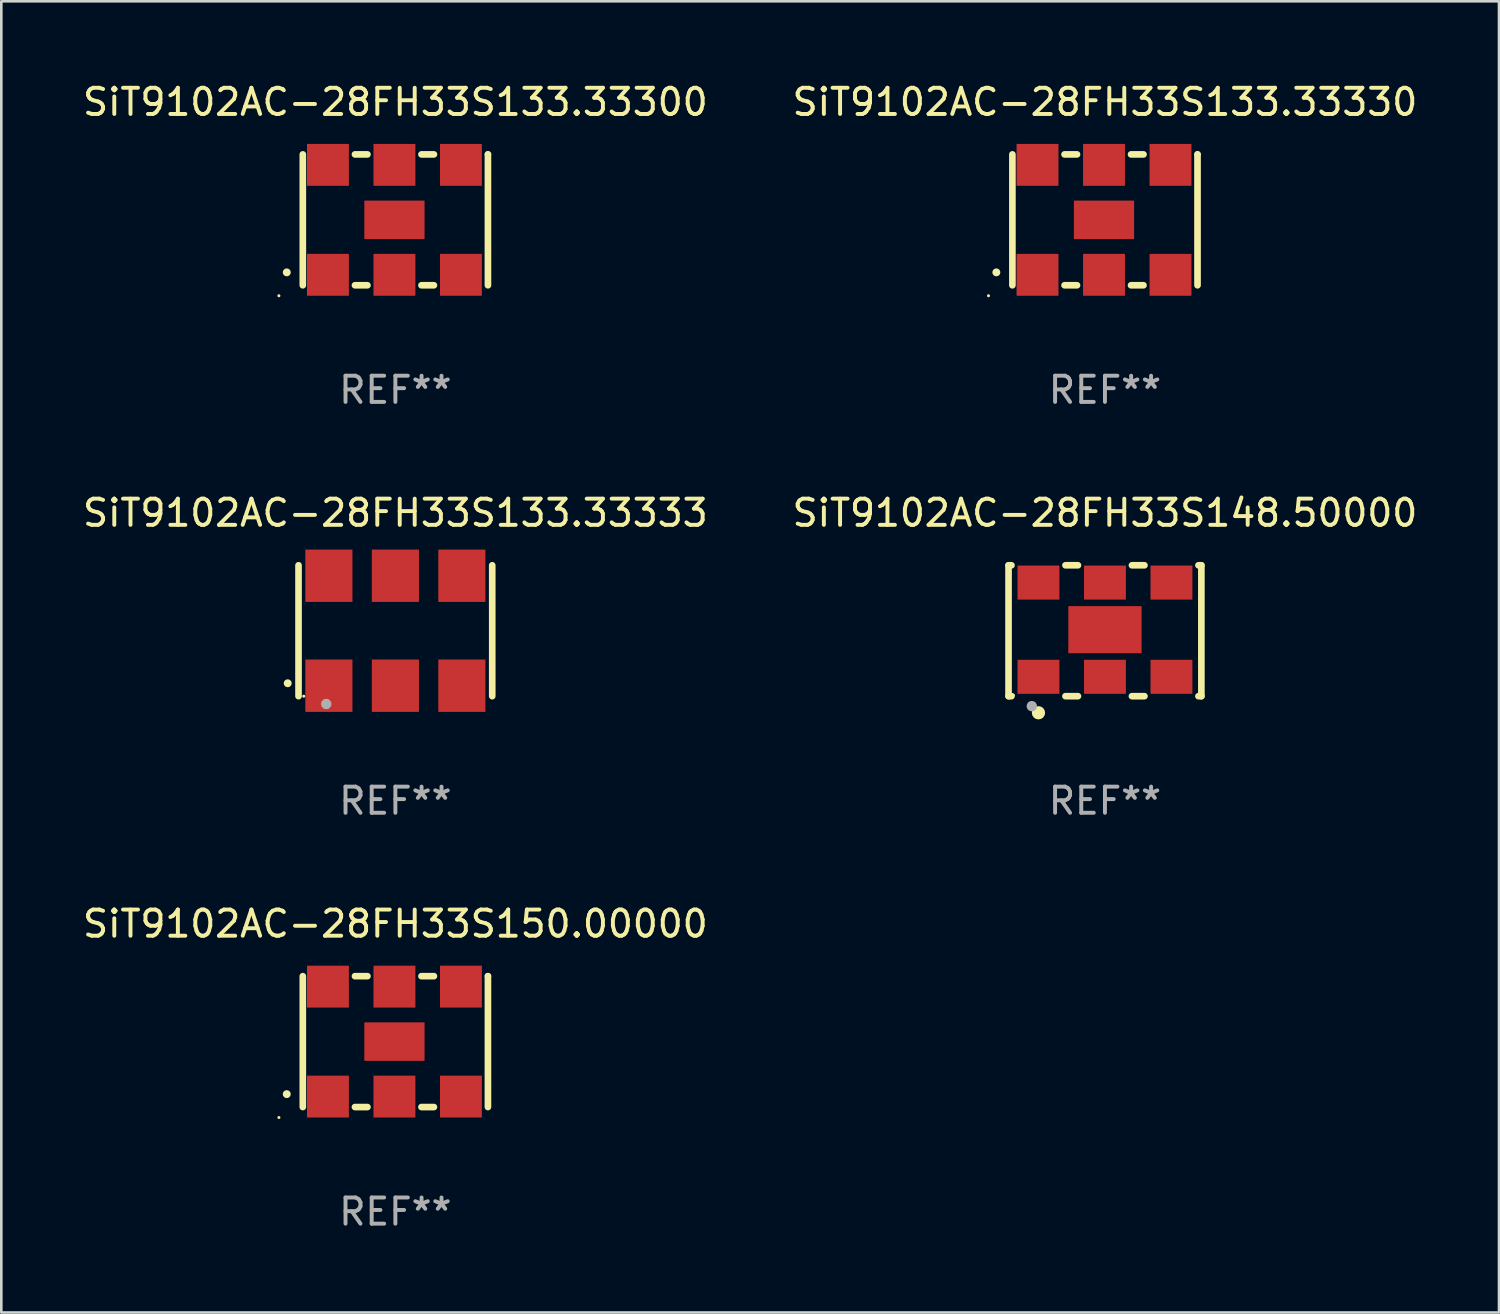
<source format=kicad_pcb>
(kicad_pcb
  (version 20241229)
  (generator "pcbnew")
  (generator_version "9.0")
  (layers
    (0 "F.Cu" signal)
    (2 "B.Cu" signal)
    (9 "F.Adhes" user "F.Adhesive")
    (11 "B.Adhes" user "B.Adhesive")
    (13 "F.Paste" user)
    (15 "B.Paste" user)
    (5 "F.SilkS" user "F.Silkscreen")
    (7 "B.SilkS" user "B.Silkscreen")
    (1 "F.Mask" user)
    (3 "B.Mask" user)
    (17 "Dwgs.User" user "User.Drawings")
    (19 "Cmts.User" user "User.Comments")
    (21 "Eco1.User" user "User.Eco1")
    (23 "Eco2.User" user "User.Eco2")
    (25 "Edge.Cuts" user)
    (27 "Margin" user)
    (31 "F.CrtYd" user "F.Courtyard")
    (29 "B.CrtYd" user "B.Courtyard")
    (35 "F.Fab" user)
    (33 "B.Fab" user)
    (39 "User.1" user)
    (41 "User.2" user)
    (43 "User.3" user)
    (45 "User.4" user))
  (footprint "SiT9102AC-28FH33S150.00000"
    (layer "F.Cu")
    (at 12.054 36.741)
    (property "Reference" "SiT9102AC-28FH33S150.00000" (at 0 -4.5 0) (layer "F.SilkS") (effects (font (size 1 1) (thickness 0.15))))
    (attr through_hole)
    (fp_line (start -3.536 -2.5) (end -3.536 2.5) (stroke (width 0.254) (type solid)) (layer "F.SilkS"))
    (fp_line (start -1.544 2.5) (end -1.067 2.5) (stroke (width 0.254) (type solid)) (layer "F.SilkS"))
    (fp_line (start -1.067 -2.5) (end -1.544 -2.5) (stroke (width 0.254) (type solid)) (layer "F.SilkS"))
    (fp_line (start 0.996 2.5) (end 1.473 2.5) (stroke (width 0.254) (type solid)) (layer "F.SilkS"))
    (fp_line (start 1.473 -2.5) (end 0.996 -2.5) (stroke (width 0.254) (type solid)) (layer "F.SilkS"))
    (fp_line (start 3.536 -2.5) (end 3.536 -2.5) (stroke (width 0.254) (type solid)) (layer "F.SilkS"))
    (fp_line (start 3.536 2.5) (end 3.536 -2.5) (stroke (width 0.254) (type solid)) (layer "F.SilkS"))
    (fp_arc (start -4.150432 2.006604) (mid -4.149162 2.006599) (end -4.147892 2.006604) (stroke (width 0.3) (type solid)) (layer "F.SilkS"))
    (fp_circle (center -4.449 2.9) (end -4.419 2.9) (stroke (width 0.06) (type solid)) (fill no) (layer "F.SilkS"))
    (fp_text user "REF**" (at 0 6.5 0) (layer "F.Fab") (effects (font (size 1 1) (thickness 0.15))))
    (pad "1" smd rect (at -2.576 2.1) (size 1.6 1.6) (layers "F.Cu" "F.Mask" "F.Paste"))
    (pad "2" smd rect (at -0.036 2.1) (size 1.6 1.6) (layers "F.Cu" "F.Mask" "F.Paste"))
    (pad "3" smd rect (at 2.504 2.1) (size 1.6 1.6) (layers "F.Cu" "F.Mask" "F.Paste"))
    (pad "4" smd rect (at 2.504 -2.1) (size 1.6 1.6) (layers "F.Cu" "F.Mask" "F.Paste"))
    (pad "5" smd rect (at -0.036 -2.1) (size 1.6 1.6) (layers "F.Cu" "F.Mask" "F.Paste"))
    (pad "6" smd rect (at -2.576 -2.1) (size 1.6 1.6) (layers "F.Cu" "F.Mask" "F.Paste"))
    (pad "7" smd rect (at -0.036 0) (size 2.3 1.47) (layers "F.Cu" "F.Mask" "F.Paste")))
  (footprint "SiT9102AC-28FH33S133.33330"
    (layer "F.Cu")
    (at 39.161 5.348)
    (property "Reference" "SiT9102AC-28FH33S133.33330" (at 0 -4.5 0) (layer "F.SilkS") (effects (font (size 1 1) (thickness 0.15))))
    (attr through_hole)
    (fp_line (start -3.536 -2.5) (end -3.536 2.5) (stroke (width 0.254) (type solid)) (layer "F.SilkS"))
    (fp_line (start -1.544 2.5) (end -1.067 2.5) (stroke (width 0.254) (type solid)) (layer "F.SilkS"))
    (fp_line (start -1.067 -2.5) (end -1.544 -2.5) (stroke (width 0.254) (type solid)) (layer "F.SilkS"))
    (fp_line (start 0.996 2.5) (end 1.473 2.5) (stroke (width 0.254) (type solid)) (layer "F.SilkS"))
    (fp_line (start 1.473 -2.5) (end 0.996 -2.5) (stroke (width 0.254) (type solid)) (layer "F.SilkS"))
    (fp_line (start 3.536 -2.5) (end 3.536 -2.5) (stroke (width 0.254) (type solid)) (layer "F.SilkS"))
    (fp_line (start 3.536 2.5) (end 3.536 -2.5) (stroke (width 0.254) (type solid)) (layer "F.SilkS"))
    (fp_arc (start -4.150432 2.006604) (mid -4.149162 2.006599) (end -4.147892 2.006604) (stroke (width 0.3) (type solid)) (layer "F.SilkS"))
    (fp_circle (center -4.449 2.9) (end -4.419 2.9) (stroke (width 0.06) (type solid)) (fill no) (layer "F.SilkS"))
    (fp_text user "REF**" (at 0 6.5 0) (layer "F.Fab") (effects (font (size 1 1) (thickness 0.15))))
    (pad "1" smd rect (at -2.576 2.1) (size 1.6 1.6) (layers "F.Cu" "F.Mask" "F.Paste"))
    (pad "2" smd rect (at -0.036 2.1) (size 1.6 1.6) (layers "F.Cu" "F.Mask" "F.Paste"))
    (pad "3" smd rect (at 2.504 2.1) (size 1.6 1.6) (layers "F.Cu" "F.Mask" "F.Paste"))
    (pad "4" smd rect (at 2.504 -2.1) (size 1.6 1.6) (layers "F.Cu" "F.Mask" "F.Paste"))
    (pad "5" smd rect (at -0.036 -2.1) (size 1.6 1.6) (layers "F.Cu" "F.Mask" "F.Paste"))
    (pad "6" smd rect (at -2.576 -2.1) (size 1.6 1.6) (layers "F.Cu" "F.Mask" "F.Paste"))
    (pad "7" smd rect (at -0.036 0) (size 2.3 1.47) (layers "F.Cu" "F.Mask" "F.Paste")))
  (footprint "SiT9102AC-28FH33S133.33333"
    (layer "F.Cu")
    (at 12.054 21.045)
    (property "Reference" "SiT9102AC-28FH33S133.33333" (at 0 -4.5 0) (layer "F.SilkS") (effects (font (size 1 1) (thickness 0.15))))
    (attr through_hole)
    (fp_line (start -3.7 -2.5) (end -3.7 2.5) (stroke (width 0.254) (type solid)) (layer "F.SilkS"))
    (fp_line (start 3.7 -2.5) (end 3.7 2.5) (stroke (width 0.254) (type solid)) (layer "F.SilkS"))
    (fp_arc (start -4.114415 2.006604) (mid -4.113145 2.006599) (end -4.111875 2.006604) (stroke (width 0.3) (type solid)) (layer "F.SilkS"))
    (fp_circle (center -3.5 2.501) (end -3.47 2.501) (stroke (width 0.06) (type solid)) (fill no) (layer "F.SilkS"))
    (fp_circle (center -2.641 2.799) (end -2.541 2.799) (stroke (width 0.2) (type solid)) (fill no) (layer "F.Fab"))
    (fp_text user "REF**" (at 0 6.5 0) (layer "F.Fab") (effects (font (size 1 1) (thickness 0.15))))
    (pad "1" smd rect (at -2.54 2.1) (size 1.8 2) (layers "F.Cu" "F.Mask" "F.Paste"))
    (pad "2" smd rect (at 0.000394 2.1) (size 1.8 2) (layers "F.Cu" "F.Mask" "F.Paste"))
    (pad "3" smd rect (at 2.54 2.1) (size 1.8 2) (layers "F.Cu" "F.Mask" "F.Paste"))
    (pad "4" smd rect (at 2.54 -2.1) (size 1.8 2) (layers "F.Cu" "F.Mask" "F.Paste"))
    (pad "5" smd rect (at 0.000394 -2.1) (size 1.8 2) (layers "F.Cu" "F.Mask" "F.Paste"))
    (pad "6" smd rect (at -2.54 -2.1) (size 1.8 2) (layers "F.Cu" "F.Mask" "F.Paste")))
  (footprint "SiT9102AC-28FH33S148.50000"
    (layer "F.Cu")
    (at 39.161 21.045)
    (property "Reference" "SiT9102AC-28FH33S148.50000" (at 0 -4.5 0) (layer "F.SilkS") (effects (font (size 1 1) (thickness 0.15))))
    (attr through_hole)
    (fp_line (start -3.683 -2.5) (end -3.571 -2.5) (stroke (width 0.254) (type solid)) (layer "F.SilkS"))
    (fp_line (start -3.683 2.5) (end -3.683 -2.5) (stroke (width 0.254) (type solid)) (layer "F.SilkS"))
    (fp_line (start -3.683 2.5) (end -3.571 2.5) (stroke (width 0.254) (type solid)) (layer "F.SilkS"))
    (fp_line (start -1.509 -2.5) (end -1.031 -2.5) (stroke (width 0.254) (type solid)) (layer "F.SilkS"))
    (fp_line (start -1.509 2.5) (end -1.031 2.5) (stroke (width 0.254) (type solid)) (layer "F.SilkS"))
    (fp_line (start 1.031 -2.5) (end 1.509 -2.5) (stroke (width 0.254) (type solid)) (layer "F.SilkS"))
    (fp_line (start 1.031 2.5) (end 1.509 2.5) (stroke (width 0.254) (type solid)) (layer "F.SilkS"))
    (fp_line (start 3.571 -2.5) (end 3.683 -2.5) (stroke (width 0.254) (type solid)) (layer "F.SilkS"))
    (fp_line (start 3.571 2.5) (end 3.683 2.5) (stroke (width 0.254) (type solid)) (layer "F.SilkS"))
    (fp_line (start 3.683 2.5) (end 3.683 -2.5) (stroke (width 0.254) (type solid)) (layer "F.SilkS"))
    (fp_circle (center -3.5 2.46) (end -3.47 2.46) (stroke (width 0.06) (type solid)) (fill no) (layer "F.SilkS"))
    (fp_circle (center -2.54 3.135) (end -2.413 3.135) (stroke (width 0.254) (type solid)) (fill no) (layer "F.SilkS"))
    (fp_circle (center -2.794 2.881) (end -2.694 2.881) (stroke (width 0.2) (type solid)) (fill no) (layer "F.Fab"))
    (fp_text user "REF**" (at 0 6.5 0) (layer "F.Fab") (effects (font (size 1 1) (thickness 0.15))))
    (pad "1" smd rect (at -2.54 1.76) (size 1.6 1.3) (layers "F.Cu" "F.Mask" "F.Paste"))
    (pad "2" smd rect (at 0 1.76) (size 1.6 1.3) (layers "F.Cu" "F.Mask" "F.Paste"))
    (pad "3" smd rect (at 2.54 1.76) (size 1.6 1.3) (layers "F.Cu" "F.Mask" "F.Paste"))
    (pad "4" smd rect (at 2.54 -1.84) (size 1.6 1.3) (layers "F.Cu" "F.Mask" "F.Paste"))
    (pad "5" smd rect (at 0 -1.84) (size 1.6 1.3) (layers "F.Cu" "F.Mask" "F.Paste"))
    (pad "6" smd rect (at -2.54 -1.84) (size 1.6 1.3) (layers "F.Cu" "F.Mask" "F.Paste"))
    (pad "7" smd rect (at 0 -0.04) (size 2.8 1.8) (layers "F.Cu" "F.Mask" "F.Paste")))
  (footprint "SiT9102AC-28FH33S133.33300"
    (layer "F.Cu")
    (at 12.054 5.348)
    (property "Reference" "SiT9102AC-28FH33S133.33300" (at 0 -4.5 0) (layer "F.SilkS") (effects (font (size 1 1) (thickness 0.15))))
    (attr through_hole)
    (fp_line (start -3.536 -2.5) (end -3.536 2.5) (stroke (width 0.254) (type solid)) (layer "F.SilkS"))
    (fp_line (start -1.544 2.5) (end -1.067 2.5) (stroke (width 0.254) (type solid)) (layer "F.SilkS"))
    (fp_line (start -1.067 -2.5) (end -1.544 -2.5) (stroke (width 0.254) (type solid)) (layer "F.SilkS"))
    (fp_line (start 0.996 2.5) (end 1.473 2.5) (stroke (width 0.254) (type solid)) (layer "F.SilkS"))
    (fp_line (start 1.473 -2.5) (end 0.996 -2.5) (stroke (width 0.254) (type solid)) (layer "F.SilkS"))
    (fp_line (start 3.536 -2.5) (end 3.536 -2.5) (stroke (width 0.254) (type solid)) (layer "F.SilkS"))
    (fp_line (start 3.536 2.5) (end 3.536 -2.5) (stroke (width 0.254) (type solid)) (layer "F.SilkS"))
    (fp_arc (start -4.150432 2.006604) (mid -4.149162 2.006599) (end -4.147892 2.006604) (stroke (width 0.3) (type solid)) (layer "F.SilkS"))
    (fp_circle (center -4.449 2.9) (end -4.419 2.9) (stroke (width 0.06) (type solid)) (fill no) (layer "F.SilkS"))
    (fp_text user "REF**" (at 0 6.5 0) (layer "F.Fab") (effects (font (size 1 1) (thickness 0.15))))
    (pad "1" smd rect (at -2.576 2.1) (size 1.6 1.6) (layers "F.Cu" "F.Mask" "F.Paste"))
    (pad "2" smd rect (at -0.036 2.1) (size 1.6 1.6) (layers "F.Cu" "F.Mask" "F.Paste"))
    (pad "3" smd rect (at 2.504 2.1) (size 1.6 1.6) (layers "F.Cu" "F.Mask" "F.Paste"))
    (pad "4" smd rect (at 2.504 -2.1) (size 1.6 1.6) (layers "F.Cu" "F.Mask" "F.Paste"))
    (pad "5" smd rect (at -0.036 -2.1) (size 1.6 1.6) (layers "F.Cu" "F.Mask" "F.Paste"))
    (pad "6" smd rect (at -2.576 -2.1) (size 1.6 1.6) (layers "F.Cu" "F.Mask" "F.Paste"))
    (pad "7" smd rect (at -0.036 0) (size 2.3 1.47) (layers "F.Cu" "F.Mask" "F.Paste")))
  (gr_rect
    (start -3 -3)
    (end 54.214 47.09)
    (stroke (width 0.1) (type default))
    (fill no)
    (layer "Edge.Cuts")))
</source>
